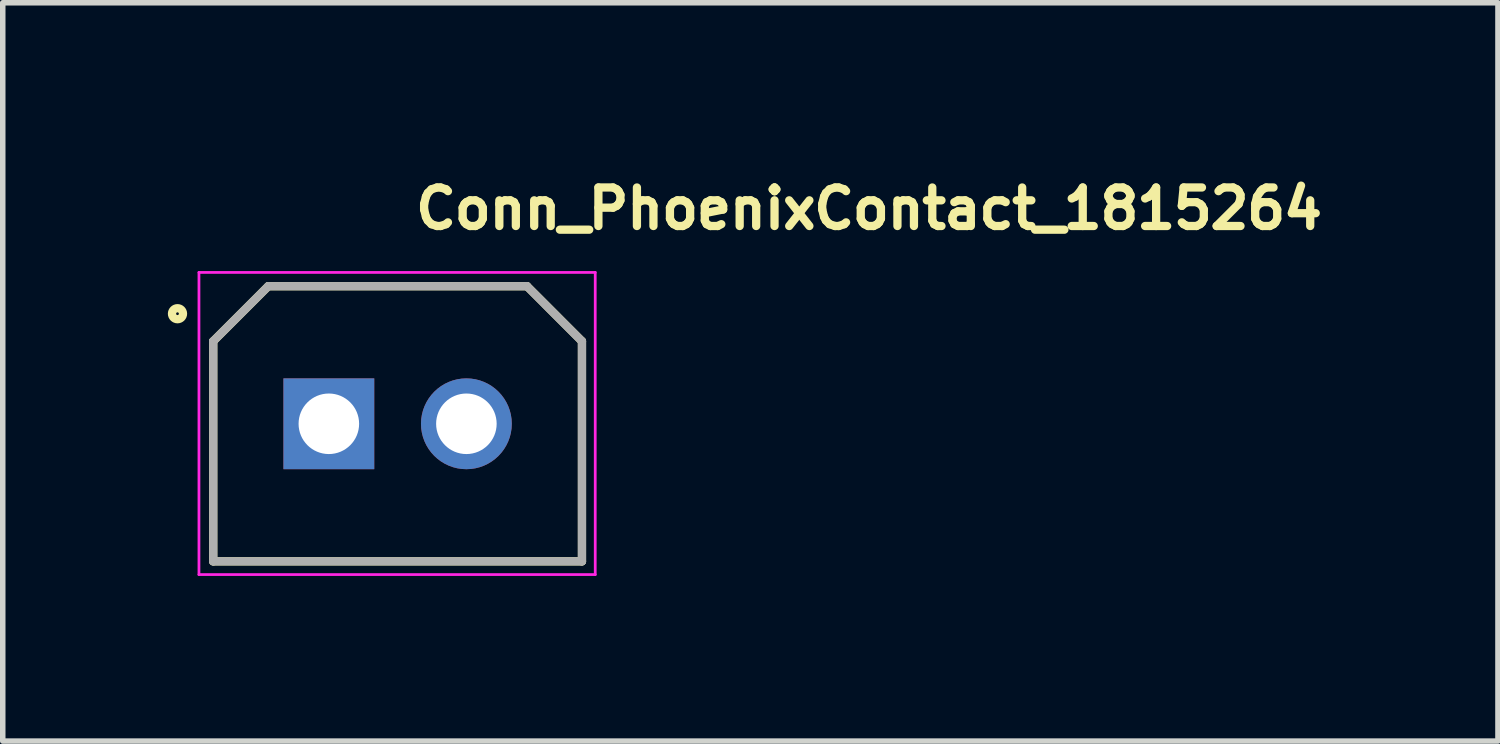
<source format=kicad_pcb>
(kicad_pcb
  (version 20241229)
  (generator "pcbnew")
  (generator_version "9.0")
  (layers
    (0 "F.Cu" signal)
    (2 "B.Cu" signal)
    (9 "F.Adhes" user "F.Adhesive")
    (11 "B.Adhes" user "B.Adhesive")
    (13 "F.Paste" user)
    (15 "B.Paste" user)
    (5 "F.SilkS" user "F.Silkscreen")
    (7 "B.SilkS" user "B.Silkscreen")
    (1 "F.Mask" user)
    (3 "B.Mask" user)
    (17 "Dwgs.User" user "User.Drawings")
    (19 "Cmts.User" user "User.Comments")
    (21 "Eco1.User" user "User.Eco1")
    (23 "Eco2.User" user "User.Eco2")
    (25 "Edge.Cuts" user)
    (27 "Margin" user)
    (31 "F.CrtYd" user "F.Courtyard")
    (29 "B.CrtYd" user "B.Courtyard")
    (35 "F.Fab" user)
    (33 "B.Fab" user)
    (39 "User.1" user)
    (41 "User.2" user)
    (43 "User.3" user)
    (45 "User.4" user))
  (footprint "Conn_PhoenixContact_1815264"
    (layer "F.Cu")
    (at 2.925 4.65)
    (property "Reference" "Conn_PhoenixContact_1815264" (at 1.499 -3.5 0) (unlocked yes) (layer "F.SilkS") (effects (font (size 0.7 0.7) (thickness 0.15)) (justify left bottom)))
    (attr through_hole)
    (fp_line (start -2.101 -1.5) (end -1.101 -2.5) (stroke (width 0.15) (type solid)) (layer "F.SilkS"))
    (fp_line (start -2.101 2.499) (end -2.101 -1.5) (stroke (width 0.15) (type solid)) (layer "F.SilkS"))
    (fp_line (start -1.101 -2.5) (end 3.6 -2.5) (stroke (width 0.15) (type solid)) (layer "F.SilkS"))
    (fp_line (start 3.6 -2.5) (end 4.599 -1.5) (stroke (width 0.15) (type solid)) (layer "F.SilkS"))
    (fp_line (start 4.599 -1.5) (end 4.599 2.499) (stroke (width 0.15) (type solid)) (layer "F.SilkS"))
    (fp_line (start 4.599 2.499) (end -2.101 2.499) (stroke (width 0.15) (type solid)) (layer "F.SilkS"))
    (fp_circle (center -2.75 -2) (end -2.65 -2) (stroke (width 0.15) (type solid)) (fill no) (layer "F.SilkS"))
    (fp_line (start -2.36 -2.75) (end 4.84 -2.75) (stroke (width 0.05) (type solid)) (layer "F.CrtYd"))
    (fp_line (start -2.36 2.74) (end -2.36 -2.75) (stroke (width 0.05) (type solid)) (layer "F.CrtYd"))
    (fp_line (start 4.84 -2.75) (end 4.84 2.74) (stroke (width 0.05) (type solid)) (layer "F.CrtYd"))
    (fp_line (start 4.84 2.74) (end -2.36 2.74) (stroke (width 0.05) (type solid)) (layer "F.CrtYd"))
    (fp_line (start -2.101 -1.5) (end -1.101 -2.5) (stroke (width 0.15) (type solid)) (layer "F.Fab"))
    (fp_line (start -2.101 2.499) (end -2.101 -1.5) (stroke (width 0.15) (type solid)) (layer "F.Fab"))
    (fp_line (start -1.101 -2.5) (end 3.6 -2.5) (stroke (width 0.15) (type solid)) (layer "F.Fab"))
    (fp_line (start 3.6 -2.5) (end 4.599 -1.5) (stroke (width 0.15) (type solid)) (layer "F.Fab"))
    (fp_line (start 4.599 -1.5) (end 4.599 2.499) (stroke (width 0.15) (type solid)) (layer "F.Fab"))
    (fp_line (start 4.599 2.499) (end -2.101 2.499) (stroke (width 0.15) (type solid)) (layer "F.Fab"))
    (pad "1" thru_hole rect (at 0 0) (size 1.65 1.65) (drill 1.1) (layers "*.Cu" "*.Mask"))
    (pad "2" thru_hole circle (at 2.499 0) (size 1.65 1.65) (drill 1.1) (layers "*.Cu" "*.Mask")))
  (gr_rect
    (start -3 -3)
    (end 24.167 10.415)
    (stroke (width 0.1) (type default))
    (fill no)
    (layer "Edge.Cuts")))
</source>
